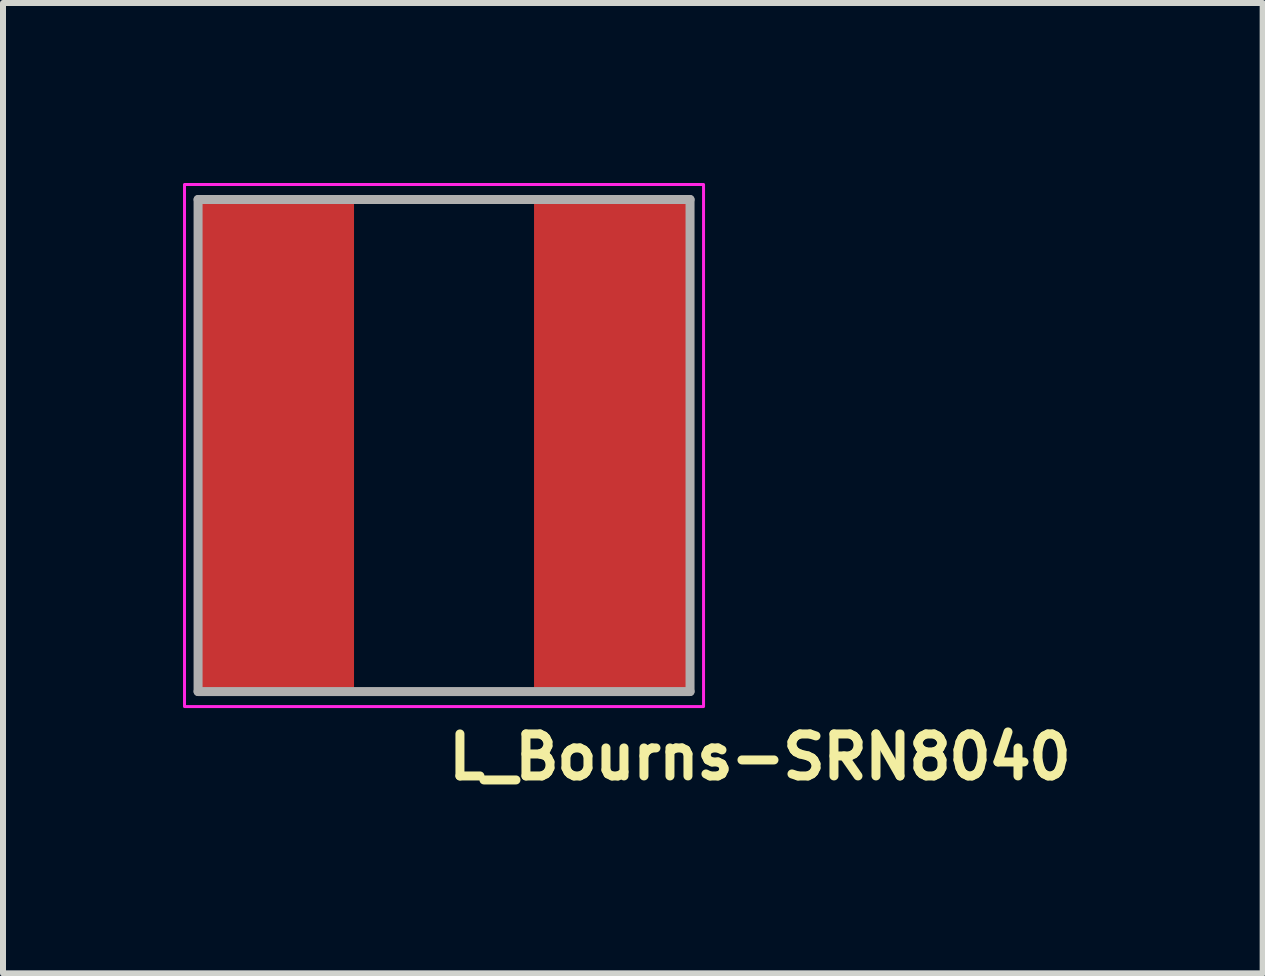
<source format=kicad_pcb>
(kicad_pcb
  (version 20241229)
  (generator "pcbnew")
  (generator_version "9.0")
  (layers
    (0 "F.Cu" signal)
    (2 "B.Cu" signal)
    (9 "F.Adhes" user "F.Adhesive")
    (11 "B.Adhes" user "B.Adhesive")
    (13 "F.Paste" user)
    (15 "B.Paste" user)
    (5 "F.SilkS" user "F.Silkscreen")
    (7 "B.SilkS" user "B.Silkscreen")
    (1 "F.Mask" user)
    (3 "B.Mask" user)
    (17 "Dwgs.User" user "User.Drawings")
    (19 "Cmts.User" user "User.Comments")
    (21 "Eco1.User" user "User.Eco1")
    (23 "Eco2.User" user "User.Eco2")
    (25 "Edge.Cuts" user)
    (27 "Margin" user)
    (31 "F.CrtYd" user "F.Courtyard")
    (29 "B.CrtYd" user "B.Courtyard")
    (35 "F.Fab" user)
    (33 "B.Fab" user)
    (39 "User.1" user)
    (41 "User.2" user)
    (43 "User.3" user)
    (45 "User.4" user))
  (footprint "L_Bourns-SRN8040"
    (layer "F.Cu")
    (at 4.35 4.375)
    (property "Reference" "L_Bourns-SRN8040" (at 0 5.6 0) (layer "F.SilkS") (effects (font (size 0.7 0.7) (thickness 0.15)) (justify left bottom)))
    (attr smd)
    (fp_line (start -1.3 -4.1) (end 1.3 -4.1) (stroke (width 0.12) (type solid)) (layer "F.SilkS"))
    (fp_line (start -1.3 4.1) (end 1.3 4.1) (stroke (width 0.12) (type solid)) (layer "F.SilkS"))
    (fp_rect (start -4.325 -4.35) (end 4.325 4.35) (stroke (width 0.05) (type solid)) (fill no) (layer "F.CrtYd"))
    (fp_line (start -4.099 -4.1) (end 4.1 -4.1) (stroke (width 0.15) (type solid)) (layer "F.Fab"))
    (fp_line (start -4.099 4.1) (end -4.099 -4.1) (stroke (width 0.15) (type solid)) (layer "F.Fab"))
    (fp_line (start 4.1 -4.1) (end 4.1 4.1) (stroke (width 0.15) (type solid)) (layer "F.Fab"))
    (fp_line (start 4.1 4.1) (end -4.099 4.1) (stroke (width 0.15) (type solid)) (layer "F.Fab"))
    (fp_rect (start -4 -4) (end 4 4) (stroke (width 0.1) (type solid)) (fill no) (layer "User.5"))
    (fp_line (start -4 -3.1) (end -4 3.1) (stroke (width 0.02) (type solid)) (layer "User.9"))
    (fp_line (start -4 3.1) (end -3.999 3.102) (stroke (width 0.02) (type solid)) (layer "User.9"))
    (fp_line (start -3.999 -3.109) (end -3.999 -3.107) (stroke (width 0.02) (type solid)) (layer "User.9"))
    (fp_line (start -3.999 -3.107) (end -3.999 -3.104) (stroke (width 0.02) (type solid)) (layer "User.9"))
    (fp_line (start -3.999 -3.104) (end -3.999 -3.102) (stroke (width 0.02) (type solid)) (layer "User.9"))
    (fp_line (start -3.999 -3.102) (end -4 -3.1) (stroke (width 0.02) (type solid)) (layer "User.9"))
    (fp_line (start -3.999 3.102) (end -3.999 3.104) (stroke (width 0.02) (type solid)) (layer "User.9"))
    (fp_line (start -3.999 3.104) (end -3.999 3.107) (stroke (width 0.02) (type solid)) (layer "User.9"))
    (fp_line (start -3.999 3.107) (end -3.999 3.109) (stroke (width 0.02) (type solid)) (layer "User.9"))
    (fp_line (start -3.999 3.109) (end -3.998 3.112) (stroke (width 0.02) (type solid)) (layer "User.9"))
    (fp_line (start -3.998 -3.112) (end -3.999 -3.109) (stroke (width 0.02) (type solid)) (layer "User.9"))
    (fp_line (start -3.998 3.112) (end -3.997 3.114) (stroke (width 0.02) (type solid)) (layer "User.9"))
    (fp_line (start -3.997 -3.116) (end -3.997 -3.114) (stroke (width 0.02) (type solid)) (layer "User.9"))
    (fp_line (start -3.997 -3.114) (end -3.998 -3.112) (stroke (width 0.02) (type solid)) (layer "User.9"))
    (fp_line (start -3.997 3.114) (end -3.997 3.116) (stroke (width 0.02) (type solid)) (layer "User.9"))
    (fp_line (start -3.997 3.116) (end -3.996 3.119) (stroke (width 0.02) (type solid)) (layer "User.9"))
    (fp_line (start -3.996 -3.119) (end -3.997 -3.116) (stroke (width 0.02) (type solid)) (layer "User.9"))
    (fp_line (start -3.996 3.119) (end -3.995 3.121) (stroke (width 0.02) (type solid)) (layer "User.9"))
    (fp_line (start -3.995 -3.121) (end -3.996 -3.119) (stroke (width 0.02) (type solid)) (layer "User.9"))
    (fp_line (start -3.995 3.121) (end -3.994 3.123) (stroke (width 0.02) (type solid)) (layer "User.9"))
    (fp_line (start -3.994 -3.123) (end -3.995 -3.121) (stroke (width 0.02) (type solid)) (layer "User.9"))
    (fp_line (start -3.994 3.123) (end -3.992 3.125) (stroke (width 0.02) (type solid)) (layer "User.9"))
    (fp_line (start -3.992 -3.125) (end -3.994 -3.123) (stroke (width 0.02) (type solid)) (layer "User.9"))
    (fp_line (start -3.992 3.125) (end -3.991 3.127) (stroke (width 0.02) (type solid)) (layer "User.9"))
    (fp_line (start -3.991 -3.127) (end -3.992 -3.125) (stroke (width 0.02) (type solid)) (layer "User.9"))
    (fp_line (start -3.991 3.127) (end -3.99 3.129) (stroke (width 0.02) (type solid)) (layer "User.9"))
    (fp_line (start -3.99 -3.129) (end -3.991 -3.127) (stroke (width 0.02) (type solid)) (layer "User.9"))
    (fp_line (start -3.99 3.129) (end -3.988 3.131) (stroke (width 0.02) (type solid)) (layer "User.9"))
    (fp_line (start -3.988 -3.131) (end -3.99 -3.129) (stroke (width 0.02) (type solid)) (layer "User.9"))
    (fp_line (start -3.988 3.131) (end -3.987 3.133) (stroke (width 0.02) (type solid)) (layer "User.9"))
    (fp_line (start -3.987 -3.133) (end -3.988 -3.131) (stroke (width 0.02) (type solid)) (layer "User.9"))
    (fp_line (start -3.987 3.133) (end -3.985 3.135) (stroke (width 0.02) (type solid)) (layer "User.9"))
    (fp_line (start -3.985 -3.135) (end -3.987 -3.133) (stroke (width 0.02) (type solid)) (layer "User.9"))
    (fp_line (start -3.985 -3.135) (end -3.985 -3.135) (stroke (width 0.02) (type solid)) (layer "User.9"))
    (fp_line (start -3.985 3.135) (end -3.985 3.135) (stroke (width 0.02) (type solid)) (layer "User.9"))
    (fp_line (start -3.985 3.135) (end -3.983 3.137) (stroke (width 0.02) (type solid)) (layer "User.9"))
    (fp_line (start -3.983 -3.137) (end -3.985 -3.135) (stroke (width 0.02) (type solid)) (layer "User.9"))
    (fp_line (start -3.983 3.137) (end -3.981 3.138) (stroke (width 0.02) (type solid)) (layer "User.9"))
    (fp_line (start -3.981 -3.138) (end -3.983 -3.137) (stroke (width 0.02) (type solid)) (layer "User.9"))
    (fp_line (start -3.981 3.138) (end -3.979 3.14) (stroke (width 0.02) (type solid)) (layer "User.9"))
    (fp_line (start -3.979 -3.14) (end -3.981 -3.138) (stroke (width 0.02) (type solid)) (layer "User.9"))
    (fp_line (start -3.979 3.14) (end -3.977 3.141) (stroke (width 0.02) (type solid)) (layer "User.9"))
    (fp_line (start -3.977 -3.141) (end -3.979 -3.14) (stroke (width 0.02) (type solid)) (layer "User.9"))
    (fp_line (start -3.977 3.141) (end -3.975 3.142) (stroke (width 0.02) (type solid)) (layer "User.9"))
    (fp_line (start -3.975 -3.142) (end -3.977 -3.141) (stroke (width 0.02) (type solid)) (layer "User.9"))
    (fp_line (start -3.975 3.142) (end -3.973 3.144) (stroke (width 0.02) (type solid)) (layer "User.9"))
    (fp_line (start -3.973 -3.144) (end -3.975 -3.142) (stroke (width 0.02) (type solid)) (layer "User.9"))
    (fp_line (start -3.973 3.144) (end -3.971 3.145) (stroke (width 0.02) (type solid)) (layer "User.9"))
    (fp_line (start -3.971 -3.145) (end -3.973 -3.144) (stroke (width 0.02) (type solid)) (layer "User.9"))
    (fp_line (start -3.971 3.145) (end -3.969 3.146) (stroke (width 0.02) (type solid)) (layer "User.9"))
    (fp_line (start -3.969 -3.146) (end -3.971 -3.145) (stroke (width 0.02) (type solid)) (layer "User.9"))
    (fp_line (start -3.969 3.146) (end -3.966 3.147) (stroke (width 0.02) (type solid)) (layer "User.9"))
    (fp_line (start -3.966 -3.147) (end -3.969 -3.146) (stroke (width 0.02) (type solid)) (layer "User.9"))
    (fp_line (start -3.966 3.147) (end -3.964 3.147) (stroke (width 0.02) (type solid)) (layer "User.9"))
    (fp_line (start -3.964 -3.147) (end -3.966 -3.147) (stroke (width 0.02) (type solid)) (layer "User.9"))
    (fp_line (start -3.964 3.147) (end -3.962 3.148) (stroke (width 0.02) (type solid)) (layer "User.9"))
    (fp_line (start -3.962 -3.148) (end -3.964 -3.147) (stroke (width 0.02) (type solid)) (layer "User.9"))
    (fp_line (start -3.962 3.148) (end -3.959 3.149) (stroke (width 0.02) (type solid)) (layer "User.9"))
    (fp_line (start -3.959 -3.149) (end -3.962 -3.148) (stroke (width 0.02) (type solid)) (layer "User.9"))
    (fp_line (start -3.959 3.149) (end -3.957 3.149) (stroke (width 0.02) (type solid)) (layer "User.9"))
    (fp_line (start -3.957 -3.149) (end -3.959 -3.149) (stroke (width 0.02) (type solid)) (layer "User.9"))
    (fp_line (start -3.957 3.149) (end -3.954 3.149) (stroke (width 0.02) (type solid)) (layer "User.9"))
    (fp_line (start -3.954 -3.149) (end -3.957 -3.149) (stroke (width 0.02) (type solid)) (layer "User.9"))
    (fp_line (start -3.954 3.149) (end -3.952 3.149) (stroke (width 0.02) (type solid)) (layer "User.9"))
    (fp_line (start -3.952 -3.149) (end -3.954 -3.149) (stroke (width 0.02) (type solid)) (layer "User.9"))
    (fp_line (start -3.952 3.149) (end -3.95 3.15) (stroke (width 0.02) (type solid)) (layer "User.9"))
    (fp_line (start -3.95 -3.15) (end -3.952 -3.149) (stroke (width 0.02) (type solid)) (layer "User.9"))
    (fp_line (start -3.95 -3.15) (end -3.54 -3.15) (stroke (width 0.02) (type solid)) (layer "User.9"))
    (fp_line (start -3.95 3.15) (end -3.48 3.15) (stroke (width 0.02) (type solid)) (layer "User.9"))
    (fp_line (start -3.569 3.15) (end -3.48 3.15) (stroke (width 0.02) (type solid)) (layer "User.9"))
    (fp_line (start -3.54 3.15) (end -3.95 3.15) (stroke (width 0.02) (type solid)) (layer "User.9"))
    (fp_line (start -3.529 -3.109) (end -3.528 -3.112) (stroke (width 0.02) (type solid)) (layer "User.9"))
    (fp_line (start -3.529 -3.107) (end -3.529 -3.109) (stroke (width 0.02) (type solid)) (layer "User.9"))
    (fp_line (start -3.529 -3.104) (end -3.529 -3.107) (stroke (width 0.02) (type solid)) (layer "User.9"))
    (fp_line (start -3.529 -3.102) (end -3.529 -3.104) (stroke (width 0.02) (type solid)) (layer "User.9"))
    (fp_line (start -3.529 -3.1) (end -3.529 -3.102) (stroke (width 0.02) (type solid)) (layer "User.9"))
    (fp_line (start -3.529 -3.1) (end -3.529 3.1) (stroke (width 0.02) (type solid)) (layer "User.9"))
    (fp_line (start -3.529 3.102) (end -3.529 3.1) (stroke (width 0.02) (type solid)) (layer "User.9"))
    (fp_line (start -3.529 3.104) (end -3.529 3.102) (stroke (width 0.02) (type solid)) (layer "User.9"))
    (fp_line (start -3.529 3.107) (end -3.529 3.104) (stroke (width 0.02) (type solid)) (layer "User.9"))
    (fp_line (start -3.529 3.109) (end -3.529 3.107) (stroke (width 0.02) (type solid)) (layer "User.9"))
    (fp_line (start -3.528 -3.112) (end -3.527 -3.114) (stroke (width 0.02) (type solid)) (layer "User.9"))
    (fp_line (start -3.528 3.112) (end -3.529 3.109) (stroke (width 0.02) (type solid)) (layer "User.9"))
    (fp_line (start -3.527 -3.116) (end -3.526 -3.119) (stroke (width 0.02) (type solid)) (layer "User.9"))
    (fp_line (start -3.527 -3.114) (end -3.527 -3.116) (stroke (width 0.02) (type solid)) (layer "User.9"))
    (fp_line (start -3.527 3.114) (end -3.528 3.112) (stroke (width 0.02) (type solid)) (layer "User.9"))
    (fp_line (start -3.527 3.116) (end -3.527 3.114) (stroke (width 0.02) (type solid)) (layer "User.9"))
    (fp_line (start -3.526 -3.119) (end -3.525 -3.121) (stroke (width 0.02) (type solid)) (layer "User.9"))
    (fp_line (start -3.526 3.119) (end -3.527 3.116) (stroke (width 0.02) (type solid)) (layer "User.9"))
    (fp_line (start -3.525 -3.121) (end -3.524 -3.123) (stroke (width 0.02) (type solid)) (layer "User.9"))
    (fp_line (start -3.525 3.121) (end -3.526 3.119) (stroke (width 0.02) (type solid)) (layer "User.9"))
    (fp_line (start -3.524 -3.123) (end -3.522 -3.125) (stroke (width 0.02) (type solid)) (layer "User.9"))
    (fp_line (start -3.524 3.123) (end -3.525 3.121) (stroke (width 0.02) (type solid)) (layer "User.9"))
    (fp_line (start -3.522 -3.125) (end -3.521 -3.127) (stroke (width 0.02) (type solid)) (layer "User.9"))
    (fp_line (start -3.522 3.125) (end -3.524 3.123) (stroke (width 0.02) (type solid)) (layer "User.9"))
    (fp_line (start -3.521 -3.127) (end -3.52 -3.129) (stroke (width 0.02) (type solid)) (layer "User.9"))
    (fp_line (start -3.521 3.127) (end -3.522 3.125) (stroke (width 0.02) (type solid)) (layer "User.9"))
    (fp_line (start -3.52 -3.129) (end -3.518 -3.131) (stroke (width 0.02) (type solid)) (layer "User.9"))
    (fp_line (start -3.52 3.129) (end -3.521 3.127) (stroke (width 0.02) (type solid)) (layer "User.9"))
    (fp_line (start -3.518 -3.131) (end -3.517 -3.133) (stroke (width 0.02) (type solid)) (layer "User.9"))
    (fp_line (start -3.518 3.131) (end -3.52 3.129) (stroke (width 0.02) (type solid)) (layer "User.9"))
    (fp_line (start -3.517 -3.133) (end -3.515 -3.135) (stroke (width 0.02) (type solid)) (layer "User.9"))
    (fp_line (start -3.517 3.133) (end -3.518 3.131) (stroke (width 0.02) (type solid)) (layer "User.9"))
    (fp_line (start -3.515 -3.135) (end -3.515 -3.135) (stroke (width 0.02) (type solid)) (layer "User.9"))
    (fp_line (start -3.515 -3.135) (end -3.513 -3.137) (stroke (width 0.02) (type solid)) (layer "User.9"))
    (fp_line (start -3.515 3.135) (end -3.517 3.133) (stroke (width 0.02) (type solid)) (layer "User.9"))
    (fp_line (start -3.515 3.135) (end -3.515 3.135) (stroke (width 0.02) (type solid)) (layer "User.9"))
    (fp_line (start -3.513 -3.137) (end -3.511 -3.138) (stroke (width 0.02) (type solid)) (layer "User.9"))
    (fp_line (start -3.513 3.137) (end -3.515 3.135) (stroke (width 0.02) (type solid)) (layer "User.9"))
    (fp_line (start -3.511 -3.138) (end -3.509 -3.14) (stroke (width 0.02) (type solid)) (layer "User.9"))
    (fp_line (start -3.511 3.138) (end -3.513 3.137) (stroke (width 0.02) (type solid)) (layer "User.9"))
    (fp_line (start -3.509 -3.14) (end -3.507 -3.141) (stroke (width 0.02) (type solid)) (layer "User.9"))
    (fp_line (start -3.509 3.14) (end -3.511 3.138) (stroke (width 0.02) (type solid)) (layer "User.9"))
    (fp_line (start -3.507 -3.141) (end -3.505 -3.142) (stroke (width 0.02) (type solid)) (layer "User.9"))
    (fp_line (start -3.507 3.141) (end -3.509 3.14) (stroke (width 0.02) (type solid)) (layer "User.9"))
    (fp_line (start -3.505 -3.142) (end -3.503 -3.144) (stroke (width 0.02) (type solid)) (layer "User.9"))
    (fp_line (start -3.505 3.142) (end -3.507 3.141) (stroke (width 0.02) (type solid)) (layer "User.9"))
    (fp_line (start -3.503 -3.144) (end -3.501 -3.145) (stroke (width 0.02) (type solid)) (layer "User.9"))
    (fp_line (start -3.503 3.144) (end -3.505 3.142) (stroke (width 0.02) (type solid)) (layer "User.9"))
    (fp_line (start -3.501 -3.145) (end -3.499 -3.146) (stroke (width 0.02) (type solid)) (layer "User.9"))
    (fp_line (start -3.501 3.145) (end -3.503 3.144) (stroke (width 0.02) (type solid)) (layer "User.9"))
    (fp_line (start -3.499 -3.146) (end -3.496 -3.147) (stroke (width 0.02) (type solid)) (layer "User.9"))
    (fp_line (start -3.499 3.146) (end -3.501 3.145) (stroke (width 0.02) (type solid)) (layer "User.9"))
    (fp_line (start -3.496 -3.147) (end -3.494 -3.147) (stroke (width 0.02) (type solid)) (layer "User.9"))
    (fp_line (start -3.496 3.147) (end -3.499 3.146) (stroke (width 0.02) (type solid)) (layer "User.9"))
    (fp_line (start -3.494 -3.147) (end -3.492 -3.148) (stroke (width 0.02) (type solid)) (layer "User.9"))
    (fp_line (start -3.494 3.147) (end -3.496 3.147) (stroke (width 0.02) (type solid)) (layer "User.9"))
    (fp_line (start -3.492 -3.148) (end -3.489 -3.149) (stroke (width 0.02) (type solid)) (layer "User.9"))
    (fp_line (start -3.492 3.148) (end -3.494 3.147) (stroke (width 0.02) (type solid)) (layer "User.9"))
    (fp_line (start -3.489 -3.149) (end -3.487 -3.149) (stroke (width 0.02) (type solid)) (layer "User.9"))
    (fp_line (start -3.489 3.149) (end -3.492 3.148) (stroke (width 0.02) (type solid)) (layer "User.9"))
    (fp_line (start -3.487 -3.149) (end -3.484 -3.149) (stroke (width 0.02) (type solid)) (layer "User.9"))
    (fp_line (start -3.487 3.149) (end -3.489 3.149) (stroke (width 0.02) (type solid)) (layer "User.9"))
    (fp_line (start -3.484 -3.149) (end -3.482 -3.149) (stroke (width 0.02) (type solid)) (layer "User.9"))
    (fp_line (start -3.484 3.149) (end -3.487 3.149) (stroke (width 0.02) (type solid)) (layer "User.9"))
    (fp_line (start -3.482 -3.149) (end -3.48 -3.15) (stroke (width 0.02) (type solid)) (layer "User.9"))
    (fp_line (start -3.482 3.149) (end -3.484 3.149) (stroke (width 0.02) (type solid)) (layer "User.9"))
    (fp_line (start -3.48 -3.15) (end -3.95 -3.15) (stroke (width 0.02) (type solid)) (layer "User.9"))
    (fp_line (start -3.48 -3.15) (end -3.569 -3.15) (stroke (width 0.02) (type solid)) (layer "User.9"))
    (fp_line (start -3.48 3.15) (end -3.482 3.149) (stroke (width 0.02) (type solid)) (layer "User.9"))
    (fp_line (start -3.48 3.15) (end -2.52 3.15) (stroke (width 0.02) (type solid)) (layer "User.9"))
    (fp_line (start -2.52 -3.15) (end -3.48 -3.15) (stroke (width 0.02) (type solid)) (layer "User.9"))
    (fp_line (start -2.52 3.15) (end -1.684 3.985) (stroke (width 0.02) (type solid)) (layer "User.9"))
    (fp_line (start -2.499 -3.1) (end -2.52 -3.15) (stroke (width 0.02) (type solid)) (layer "User.9"))
    (fp_line (start -2.499 3.1) (end -2.52 3.15) (stroke (width 0.02) (type solid)) (layer "User.9"))
    (fp_line (start -1.684 -3.985) (end -2.52 -3.15) (stroke (width 0.02) (type solid)) (layer "User.9"))
    (fp_line (start -1.684 -3.985) (end -1.682 -3.987) (stroke (width 0.02) (type solid)) (layer "User.9"))
    (fp_line (start -1.682 -3.987) (end -1.68 -3.988) (stroke (width 0.02) (type solid)) (layer "User.9"))
    (fp_line (start -1.682 3.987) (end -1.684 3.985) (stroke (width 0.02) (type solid)) (layer "User.9"))
    (fp_line (start -1.68 -3.988) (end -1.679 -3.99) (stroke (width 0.02) (type solid)) (layer "User.9"))
    (fp_line (start -1.68 3.988) (end -1.682 3.987) (stroke (width 0.02) (type solid)) (layer "User.9"))
    (fp_line (start -1.679 -3.99) (end -1.677 -3.991) (stroke (width 0.02) (type solid)) (layer "User.9"))
    (fp_line (start -1.679 3.99) (end -1.68 3.988) (stroke (width 0.02) (type solid)) (layer "User.9"))
    (fp_line (start -1.677 -3.991) (end -1.674 -3.992) (stroke (width 0.02) (type solid)) (layer "User.9"))
    (fp_line (start -1.677 3.991) (end -1.679 3.99) (stroke (width 0.02) (type solid)) (layer "User.9"))
    (fp_line (start -1.674 -3.992) (end -1.672 -3.994) (stroke (width 0.02) (type solid)) (layer "User.9"))
    (fp_line (start -1.674 3.992) (end -1.677 3.991) (stroke (width 0.02) (type solid)) (layer "User.9"))
    (fp_line (start -1.672 -3.994) (end -1.67 -3.995) (stroke (width 0.02) (type solid)) (layer "User.9"))
    (fp_line (start -1.672 3.994) (end -1.674 3.992) (stroke (width 0.02) (type solid)) (layer "User.9"))
    (fp_line (start -1.67 -3.995) (end -1.668 -3.996) (stroke (width 0.02) (type solid)) (layer "User.9"))
    (fp_line (start -1.67 3.995) (end -1.672 3.994) (stroke (width 0.02) (type solid)) (layer "User.9"))
    (fp_line (start -1.668 -3.996) (end -1.666 -3.997) (stroke (width 0.02) (type solid)) (layer "User.9"))
    (fp_line (start -1.668 3.996) (end -1.67 3.995) (stroke (width 0.02) (type solid)) (layer "User.9"))
    (fp_line (start -1.666 -3.997) (end -1.663 -3.997) (stroke (width 0.02) (type solid)) (layer "User.9"))
    (fp_line (start -1.666 3.997) (end -1.668 3.996) (stroke (width 0.02) (type solid)) (layer "User.9"))
    (fp_line (start -1.663 -3.997) (end -1.661 -3.998) (stroke (width 0.02) (type solid)) (layer "User.9"))
    (fp_line (start -1.663 3.997) (end -1.666 3.997) (stroke (width 0.02) (type solid)) (layer "User.9"))
    (fp_line (start -1.661 -3.998) (end -1.659 -3.999) (stroke (width 0.02) (type solid)) (layer "User.9"))
    (fp_line (start -1.661 3.998) (end -1.663 3.997) (stroke (width 0.02) (type solid)) (layer "User.9"))
    (fp_line (start -1.659 -3.999) (end -1.656 -3.999) (stroke (width 0.02) (type solid)) (layer "User.9"))
    (fp_line (start -1.659 3.999) (end -1.661 3.998) (stroke (width 0.02) (type solid)) (layer "User.9"))
    (fp_line (start -1.656 -3.999) (end -1.654 -3.999) (stroke (width 0.02) (type solid)) (layer "User.9"))
    (fp_line (start -1.656 3.999) (end -1.659 3.999) (stroke (width 0.02) (type solid)) (layer "User.9"))
    (fp_line (start -1.654 -3.999) (end -1.651 -3.999) (stroke (width 0.02) (type solid)) (layer "User.9"))
    (fp_line (start -1.654 3.999) (end -1.656 3.999) (stroke (width 0.02) (type solid)) (layer "User.9"))
    (fp_line (start -1.651 -3.999) (end -1.649 -4) (stroke (width 0.02) (type solid)) (layer "User.9"))
    (fp_line (start -1.651 3.999) (end -1.654 3.999) (stroke (width 0.02) (type solid)) (layer "User.9"))
    (fp_line (start -1.649 -3.95) (end -1.684 -3.985) (stroke (width 0.02) (type solid)) (layer "User.9"))
    (fp_line (start -1.649 3.95) (end -1.649 4) (stroke (width 0.02) (type solid)) (layer "User.9"))
    (fp_line (start -1.649 4) (end -1.651 3.999) (stroke (width 0.02) (type solid)) (layer "User.9"))
    (fp_line (start -1.649 4) (end 1.649 4) (stroke (width 0.02) (type solid)) (layer "User.9"))
    (fp_line (start 1.649 -4) (end -1.649 -4) (stroke (width 0.02) (type solid)) (layer "User.9"))
    (fp_line (start 1.649 -4) (end 1.651 -3.999) (stroke (width 0.02) (type solid)) (layer "User.9"))
    (fp_line (start 1.649 -3.95) (end 1.649 -4) (stroke (width 0.02) (type solid)) (layer "User.9"))
    (fp_line (start 1.649 3.95) (end 1.684 3.985) (stroke (width 0.02) (type solid)) (layer "User.9"))
    (fp_line (start 1.651 -3.999) (end 1.654 -3.999) (stroke (width 0.02) (type solid)) (layer "User.9"))
    (fp_line (start 1.651 3.999) (end 1.649 4) (stroke (width 0.02) (type solid)) (layer "User.9"))
    (fp_line (start 1.654 -3.999) (end 1.656 -3.999) (stroke (width 0.02) (type solid)) (layer "User.9"))
    (fp_line (start 1.654 3.999) (end 1.651 3.999) (stroke (width 0.02) (type solid)) (layer "User.9"))
    (fp_line (start 1.656 -3.999) (end 1.659 -3.999) (stroke (width 0.02) (type solid)) (layer "User.9"))
    (fp_line (start 1.656 3.999) (end 1.654 3.999) (stroke (width 0.02) (type solid)) (layer "User.9"))
    (fp_line (start 1.659 -3.999) (end 1.661 -3.998) (stroke (width 0.02) (type solid)) (layer "User.9"))
    (fp_line (start 1.659 3.999) (end 1.656 3.999) (stroke (width 0.02) (type solid)) (layer "User.9"))
    (fp_line (start 1.661 -3.998) (end 1.663 -3.997) (stroke (width 0.02) (type solid)) (layer "User.9"))
    (fp_line (start 1.661 3.998) (end 1.659 3.999) (stroke (width 0.02) (type solid)) (layer "User.9"))
    (fp_line (start 1.663 -3.997) (end 1.666 -3.997) (stroke (width 0.02) (type solid)) (layer "User.9"))
    (fp_line (start 1.663 3.997) (end 1.661 3.998) (stroke (width 0.02) (type solid)) (layer "User.9"))
    (fp_line (start 1.666 -3.997) (end 1.668 -3.996) (stroke (width 0.02) (type solid)) (layer "User.9"))
    (fp_line (start 1.666 3.997) (end 1.663 3.997) (stroke (width 0.02) (type solid)) (layer "User.9"))
    (fp_line (start 1.668 -3.996) (end 1.67 -3.995) (stroke (width 0.02) (type solid)) (layer "User.9"))
    (fp_line (start 1.668 3.996) (end 1.666 3.997) (stroke (width 0.02) (type solid)) (layer "User.9"))
    (fp_line (start 1.67 -3.995) (end 1.672 -3.994) (stroke (width 0.02) (type solid)) (layer "User.9"))
    (fp_line (start 1.67 3.995) (end 1.668 3.996) (stroke (width 0.02) (type solid)) (layer "User.9"))
    (fp_line (start 1.672 -3.994) (end 1.674 -3.992) (stroke (width 0.02) (type solid)) (layer "User.9"))
    (fp_line (start 1.672 3.994) (end 1.67 3.995) (stroke (width 0.02) (type solid)) (layer "User.9"))
    (fp_line (start 1.674 -3.992) (end 1.677 -3.991) (stroke (width 0.02) (type solid)) (layer "User.9"))
    (fp_line (start 1.674 3.992) (end 1.672 3.994) (stroke (width 0.02) (type solid)) (layer "User.9"))
    (fp_line (start 1.677 -3.991) (end 1.679 -3.99) (stroke (width 0.02) (type solid)) (layer "User.9"))
    (fp_line (start 1.677 3.991) (end 1.674 3.992) (stroke (width 0.02) (type solid)) (layer "User.9"))
    (fp_line (start 1.679 -3.99) (end 1.68 -3.988) (stroke (width 0.02) (type solid)) (layer "User.9"))
    (fp_line (start 1.679 3.99) (end 1.677 3.991) (stroke (width 0.02) (type solid)) (layer "User.9"))
    (fp_line (start 1.68 -3.988) (end 1.682 -3.987) (stroke (width 0.02) (type solid)) (layer "User.9"))
    (fp_line (start 1.68 3.988) (end 1.679 3.99) (stroke (width 0.02) (type solid)) (layer "User.9"))
    (fp_line (start 1.682 -3.987) (end 1.684 -3.985) (stroke (width 0.02) (type solid)) (layer "User.9"))
    (fp_line (start 1.682 3.987) (end 1.68 3.988) (stroke (width 0.02) (type solid)) (layer "User.9"))
    (fp_line (start 1.684 3.985) (end 1.682 3.987) (stroke (width 0.02) (type solid)) (layer "User.9"))
    (fp_line (start 1.684 3.985) (end 2.52 3.15) (stroke (width 0.02) (type solid)) (layer "User.9"))
    (fp_line (start 2.499 -3.1) (end 2.52 -3.15) (stroke (width 0.02) (type solid)) (layer "User.9"))
    (fp_line (start 2.499 3.1) (end 2.52 3.15) (stroke (width 0.02) (type solid)) (layer "User.9"))
    (fp_line (start 2.52 -3.15) (end 1.684 -3.985) (stroke (width 0.02) (type solid)) (layer "User.9"))
    (fp_line (start 2.52 3.15) (end 3.48 3.15) (stroke (width 0.02) (type solid)) (layer "User.9"))
    (fp_line (start 3.48 -3.15) (end 2.52 -3.15) (stroke (width 0.02) (type solid)) (layer "User.9"))
    (fp_line (start 3.48 -3.15) (end 3.482 -3.149) (stroke (width 0.02) (type solid)) (layer "User.9"))
    (fp_line (start 3.48 -3.15) (end 3.569 -3.15) (stroke (width 0.02) (type solid)) (layer "User.9"))
    (fp_line (start 3.48 3.15) (end 3.569 3.15) (stroke (width 0.02) (type solid)) (layer "User.9"))
    (fp_line (start 3.48 3.15) (end 3.95 3.15) (stroke (width 0.02) (type solid)) (layer "User.9"))
    (fp_line (start 3.482 -3.149) (end 3.484 -3.149) (stroke (width 0.02) (type solid)) (layer "User.9"))
    (fp_line (start 3.482 3.149) (end 3.48 3.15) (stroke (width 0.02) (type solid)) (layer "User.9"))
    (fp_line (start 3.484 -3.149) (end 3.487 -3.149) (stroke (width 0.02) (type solid)) (layer "User.9"))
    (fp_line (start 3.484 3.149) (end 3.482 3.149) (stroke (width 0.02) (type solid)) (layer "User.9"))
    (fp_line (start 3.487 -3.149) (end 3.489 -3.149) (stroke (width 0.02) (type solid)) (layer "User.9"))
    (fp_line (start 3.487 3.149) (end 3.484 3.149) (stroke (width 0.02) (type solid)) (layer "User.9"))
    (fp_line (start 3.489 -3.149) (end 3.492 -3.148) (stroke (width 0.02) (type solid)) (layer "User.9"))
    (fp_line (start 3.489 3.149) (end 3.487 3.149) (stroke (width 0.02) (type solid)) (layer "User.9"))
    (fp_line (start 3.492 -3.148) (end 3.494 -3.147) (stroke (width 0.02) (type solid)) (layer "User.9"))
    (fp_line (start 3.492 3.148) (end 3.489 3.149) (stroke (width 0.02) (type solid)) (layer "User.9"))
    (fp_line (start 3.494 -3.147) (end 3.496 -3.147) (stroke (width 0.02) (type solid)) (layer "User.9"))
    (fp_line (start 3.494 3.147) (end 3.492 3.148) (stroke (width 0.02) (type solid)) (layer "User.9"))
    (fp_line (start 3.496 -3.147) (end 3.499 -3.146) (stroke (width 0.02) (type solid)) (layer "User.9"))
    (fp_line (start 3.496 3.147) (end 3.494 3.147) (stroke (width 0.02) (type solid)) (layer "User.9"))
    (fp_line (start 3.499 -3.146) (end 3.501 -3.145) (stroke (width 0.02) (type solid)) (layer "User.9"))
    (fp_line (start 3.499 3.146) (end 3.496 3.147) (stroke (width 0.02) (type solid)) (layer "User.9"))
    (fp_line (start 3.501 -3.145) (end 3.503 -3.144) (stroke (width 0.02) (type solid)) (layer "User.9"))
    (fp_line (start 3.501 3.145) (end 3.499 3.146) (stroke (width 0.02) (type solid)) (layer "User.9"))
    (fp_line (start 3.503 -3.144) (end 3.505 -3.142) (stroke (width 0.02) (type solid)) (layer "User.9"))
    (fp_line (start 3.503 3.144) (end 3.501 3.145) (stroke (width 0.02) (type solid)) (layer "User.9"))
    (fp_line (start 3.505 -3.142) (end 3.507 -3.141) (stroke (width 0.02) (type solid)) (layer "User.9"))
    (fp_line (start 3.505 3.142) (end 3.503 3.144) (stroke (width 0.02) (type solid)) (layer "User.9"))
    (fp_line (start 3.507 -3.141) (end 3.509 -3.14) (stroke (width 0.02) (type solid)) (layer "User.9"))
    (fp_line (start 3.507 3.141) (end 3.505 3.142) (stroke (width 0.02) (type solid)) (layer "User.9"))
    (fp_line (start 3.509 -3.14) (end 3.511 -3.138) (stroke (width 0.02) (type solid)) (layer "User.9"))
    (fp_line (start 3.509 3.14) (end 3.507 3.141) (stroke (width 0.02) (type solid)) (layer "User.9"))
    (fp_line (start 3.511 -3.138) (end 3.513 -3.137) (stroke (width 0.02) (type solid)) (layer "User.9"))
    (fp_line (start 3.511 3.138) (end 3.509 3.14) (stroke (width 0.02) (type solid)) (layer "User.9"))
    (fp_line (start 3.513 -3.137) (end 3.515 -3.135) (stroke (width 0.02) (type solid)) (layer "User.9"))
    (fp_line (start 3.513 3.137) (end 3.511 3.138) (stroke (width 0.02) (type solid)) (layer "User.9"))
    (fp_line (start 3.515 -3.135) (end 3.515 -3.135) (stroke (width 0.02) (type solid)) (layer "User.9"))
    (fp_line (start 3.515 -3.135) (end 3.517 -3.133) (stroke (width 0.02) (type solid)) (layer "User.9"))
    (fp_line (start 3.515 3.135) (end 3.513 3.137) (stroke (width 0.02) (type solid)) (layer "User.9"))
    (fp_line (start 3.515 3.135) (end 3.515 3.135) (stroke (width 0.02) (type solid)) (layer "User.9"))
    (fp_line (start 3.517 -3.133) (end 3.518 -3.131) (stroke (width 0.02) (type solid)) (layer "User.9"))
    (fp_line (start 3.517 3.133) (end 3.515 3.135) (stroke (width 0.02) (type solid)) (layer "User.9"))
    (fp_line (start 3.518 -3.131) (end 3.52 -3.129) (stroke (width 0.02) (type solid)) (layer "User.9"))
    (fp_line (start 3.518 3.131) (end 3.517 3.133) (stroke (width 0.02) (type solid)) (layer "User.9"))
    (fp_line (start 3.52 -3.129) (end 3.521 -3.127) (stroke (width 0.02) (type solid)) (layer "User.9"))
    (fp_line (start 3.52 3.129) (end 3.518 3.131) (stroke (width 0.02) (type solid)) (layer "User.9"))
    (fp_line (start 3.521 -3.127) (end 3.522 -3.125) (stroke (width 0.02) (type solid)) (layer "User.9"))
    (fp_line (start 3.521 3.127) (end 3.52 3.129) (stroke (width 0.02) (type solid)) (layer "User.9"))
    (fp_line (start 3.522 -3.125) (end 3.524 -3.123) (stroke (width 0.02) (type solid)) (layer "User.9"))
    (fp_line (start 3.522 3.125) (end 3.521 3.127) (stroke (width 0.02) (type solid)) (layer "User.9"))
    (fp_line (start 3.524 -3.123) (end 3.525 -3.121) (stroke (width 0.02) (type solid)) (layer "User.9"))
    (fp_line (start 3.524 3.123) (end 3.522 3.125) (stroke (width 0.02) (type solid)) (layer "User.9"))
    (fp_line (start 3.525 -3.121) (end 3.526 -3.119) (stroke (width 0.02) (type solid)) (layer "User.9"))
    (fp_line (start 3.525 3.121) (end 3.524 3.123) (stroke (width 0.02) (type solid)) (layer "User.9"))
    (fp_line (start 3.526 -3.119) (end 3.527 -3.116) (stroke (width 0.02) (type solid)) (layer "User.9"))
    (fp_line (start 3.526 3.119) (end 3.525 3.121) (stroke (width 0.02) (type solid)) (layer "User.9"))
    (fp_line (start 3.527 -3.116) (end 3.527 -3.114) (stroke (width 0.02) (type solid)) (layer "User.9"))
    (fp_line (start 3.527 -3.114) (end 3.528 -3.112) (stroke (width 0.02) (type solid)) (layer "User.9"))
    (fp_line (start 3.527 3.114) (end 3.527 3.116) (stroke (width 0.02) (type solid)) (layer "User.9"))
    (fp_line (start 3.527 3.116) (end 3.526 3.119) (stroke (width 0.02) (type solid)) (layer "User.9"))
    (fp_line (start 3.528 -3.112) (end 3.529 -3.109) (stroke (width 0.02) (type solid)) (layer "User.9"))
    (fp_line (start 3.528 3.112) (end 3.527 3.114) (stroke (width 0.02) (type solid)) (layer "User.9"))
    (fp_line (start 3.529 -3.109) (end 3.529 -3.107) (stroke (width 0.02) (type solid)) (layer "User.9"))
    (fp_line (start 3.529 -3.107) (end 3.529 -3.104) (stroke (width 0.02) (type solid)) (layer "User.9"))
    (fp_line (start 3.529 -3.104) (end 3.529 -3.102) (stroke (width 0.02) (type solid)) (layer "User.9"))
    (fp_line (start 3.529 -3.102) (end 3.529 -3.1) (stroke (width 0.02) (type solid)) (layer "User.9"))
    (fp_line (start 3.529 3.1) (end 3.529 -3.1) (stroke (width 0.02) (type solid)) (layer "User.9"))
    (fp_line (start 3.529 3.1) (end 3.529 3.102) (stroke (width 0.02) (type solid)) (layer "User.9"))
    (fp_line (start 3.529 3.102) (end 3.529 3.104) (stroke (width 0.02) (type solid)) (layer "User.9"))
    (fp_line (start 3.529 3.104) (end 3.529 3.107) (stroke (width 0.02) (type solid)) (layer "User.9"))
    (fp_line (start 3.529 3.107) (end 3.529 3.109) (stroke (width 0.02) (type solid)) (layer "User.9"))
    (fp_line (start 3.529 3.109) (end 3.528 3.112) (stroke (width 0.02) (type solid)) (layer "User.9"))
    (fp_line (start 3.54 -3.15) (end 3.95 -3.15) (stroke (width 0.02) (type solid)) (layer "User.9"))
    (fp_line (start 3.95 -3.15) (end 3.48 -3.15) (stroke (width 0.02) (type solid)) (layer "User.9"))
    (fp_line (start 3.95 3.15) (end 3.54 3.15) (stroke (width 0.02) (type solid)) (layer "User.9"))
    (fp_line (start 3.95 3.15) (end 3.952 3.149) (stroke (width 0.02) (type solid)) (layer "User.9"))
    (fp_line (start 3.952 -3.149) (end 3.95 -3.15) (stroke (width 0.02) (type solid)) (layer "User.9"))
    (fp_line (start 3.952 3.149) (end 3.954 3.149) (stroke (width 0.02) (type solid)) (layer "User.9"))
    (fp_line (start 3.954 -3.149) (end 3.952 -3.149) (stroke (width 0.02) (type solid)) (layer "User.9"))
    (fp_line (start 3.954 3.149) (end 3.957 3.149) (stroke (width 0.02) (type solid)) (layer "User.9"))
    (fp_line (start 3.957 -3.149) (end 3.954 -3.149) (stroke (width 0.02) (type solid)) (layer "User.9"))
    (fp_line (start 3.957 3.149) (end 3.959 3.149) (stroke (width 0.02) (type solid)) (layer "User.9"))
    (fp_line (start 3.959 -3.149) (end 3.957 -3.149) (stroke (width 0.02) (type solid)) (layer "User.9"))
    (fp_line (start 3.959 3.149) (end 3.962 3.148) (stroke (width 0.02) (type solid)) (layer "User.9"))
    (fp_line (start 3.962 -3.148) (end 3.959 -3.149) (stroke (width 0.02) (type solid)) (layer "User.9"))
    (fp_line (start 3.962 3.148) (end 3.964 3.147) (stroke (width 0.02) (type solid)) (layer "User.9"))
    (fp_line (start 3.964 -3.147) (end 3.962 -3.148) (stroke (width 0.02) (type solid)) (layer "User.9"))
    (fp_line (start 3.964 3.147) (end 3.966 3.147) (stroke (width 0.02) (type solid)) (layer "User.9"))
    (fp_line (start 3.966 -3.147) (end 3.964 -3.147) (stroke (width 0.02) (type solid)) (layer "User.9"))
    (fp_line (start 3.966 3.147) (end 3.969 3.146) (stroke (width 0.02) (type solid)) (layer "User.9"))
    (fp_line (start 3.969 -3.146) (end 3.966 -3.147) (stroke (width 0.02) (type solid)) (layer "User.9"))
    (fp_line (start 3.969 3.146) (end 3.971 3.145) (stroke (width 0.02) (type solid)) (layer "User.9"))
    (fp_line (start 3.971 -3.145) (end 3.969 -3.146) (stroke (width 0.02) (type solid)) (layer "User.9"))
    (fp_line (start 3.971 3.145) (end 3.973 3.144) (stroke (width 0.02) (type solid)) (layer "User.9"))
    (fp_line (start 3.973 -3.144) (end 3.971 -3.145) (stroke (width 0.02) (type solid)) (layer "User.9"))
    (fp_line (start 3.973 3.144) (end 3.975 3.142) (stroke (width 0.02) (type solid)) (layer "User.9"))
    (fp_line (start 3.975 -3.142) (end 3.973 -3.144) (stroke (width 0.02) (type solid)) (layer "User.9"))
    (fp_line (start 3.975 3.142) (end 3.977 3.141) (stroke (width 0.02) (type solid)) (layer "User.9"))
    (fp_line (start 3.977 -3.141) (end 3.975 -3.142) (stroke (width 0.02) (type solid)) (layer "User.9"))
    (fp_line (start 3.977 3.141) (end 3.979 3.14) (stroke (width 0.02) (type solid)) (layer "User.9"))
    (fp_line (start 3.979 -3.14) (end 3.977 -3.141) (stroke (width 0.02) (type solid)) (layer "User.9"))
    (fp_line (start 3.979 3.14) (end 3.981 3.138) (stroke (width 0.02) (type solid)) (layer "User.9"))
    (fp_line (start 3.981 -3.138) (end 3.979 -3.14) (stroke (width 0.02) (type solid)) (layer "User.9"))
    (fp_line (start 3.981 3.138) (end 3.983 3.137) (stroke (width 0.02) (type solid)) (layer "User.9"))
    (fp_line (start 3.983 -3.137) (end 3.981 -3.138) (stroke (width 0.02) (type solid)) (layer "User.9"))
    (fp_line (start 3.983 3.137) (end 3.985 3.135) (stroke (width 0.02) (type solid)) (layer "User.9"))
    (fp_line (start 3.985 -3.135) (end 3.983 -3.137) (stroke (width 0.02) (type solid)) (layer "User.9"))
    (fp_line (start 3.985 -3.135) (end 3.985 -3.135) (stroke (width 0.02) (type solid)) (layer "User.9"))
    (fp_line (start 3.985 3.135) (end 3.985 3.135) (stroke (width 0.02) (type solid)) (layer "User.9"))
    (fp_line (start 3.985 3.135) (end 3.987 3.133) (stroke (width 0.02) (type solid)) (layer "User.9"))
    (fp_line (start 3.987 -3.133) (end 3.985 -3.135) (stroke (width 0.02) (type solid)) (layer "User.9"))
    (fp_line (start 3.987 3.133) (end 3.988 3.131) (stroke (width 0.02) (type solid)) (layer "User.9"))
    (fp_line (start 3.988 -3.131) (end 3.987 -3.133) (stroke (width 0.02) (type solid)) (layer "User.9"))
    (fp_line (start 3.988 3.131) (end 3.99 3.129) (stroke (width 0.02) (type solid)) (layer "User.9"))
    (fp_line (start 3.99 -3.129) (end 3.988 -3.131) (stroke (width 0.02) (type solid)) (layer "User.9"))
    (fp_line (start 3.99 3.129) (end 3.991 3.127) (stroke (width 0.02) (type solid)) (layer "User.9"))
    (fp_line (start 3.991 -3.127) (end 3.99 -3.129) (stroke (width 0.02) (type solid)) (layer "User.9"))
    (fp_line (start 3.991 3.127) (end 3.992 3.125) (stroke (width 0.02) (type solid)) (layer "User.9"))
    (fp_line (start 3.992 -3.125) (end 3.991 -3.127) (stroke (width 0.02) (type solid)) (layer "User.9"))
    (fp_line (start 3.992 3.125) (end 3.994 3.123) (stroke (width 0.02) (type solid)) (layer "User.9"))
    (fp_line (start 3.994 -3.123) (end 3.992 -3.125) (stroke (width 0.02) (type solid)) (layer "User.9"))
    (fp_line (start 3.994 3.123) (end 3.995 3.121) (stroke (width 0.02) (type solid)) (layer "User.9"))
    (fp_line (start 3.995 -3.121) (end 3.994 -3.123) (stroke (width 0.02) (type solid)) (layer "User.9"))
    (fp_line (start 3.995 3.121) (end 3.996 3.119) (stroke (width 0.02) (type solid)) (layer "User.9"))
    (fp_line (start 3.996 -3.119) (end 3.995 -3.121) (stroke (width 0.02) (type solid)) (layer "User.9"))
    (fp_line (start 3.996 3.119) (end 3.997 3.116) (stroke (width 0.02) (type solid)) (layer "User.9"))
    (fp_line (start 3.997 -3.116) (end 3.996 -3.119) (stroke (width 0.02) (type solid)) (layer "User.9"))
    (fp_line (start 3.997 -3.114) (end 3.997 -3.116) (stroke (width 0.02) (type solid)) (layer "User.9"))
    (fp_line (start 3.997 3.114) (end 3.998 3.112) (stroke (width 0.02) (type solid)) (layer "User.9"))
    (fp_line (start 3.997 3.116) (end 3.997 3.114) (stroke (width 0.02) (type solid)) (layer "User.9"))
    (fp_line (start 3.998 -3.112) (end 3.997 -3.114) (stroke (width 0.02) (type solid)) (layer "User.9"))
    (fp_line (start 3.998 3.112) (end 3.999 3.109) (stroke (width 0.02) (type solid)) (layer "User.9"))
    (fp_line (start 3.999 -3.109) (end 3.998 -3.112) (stroke (width 0.02) (type solid)) (layer "User.9"))
    (fp_line (start 3.999 -3.107) (end 3.999 -3.109) (stroke (width 0.02) (type solid)) (layer "User.9"))
    (fp_line (start 3.999 -3.104) (end 3.999 -3.107) (stroke (width 0.02) (type solid)) (layer "User.9"))
    (fp_line (start 3.999 -3.102) (end 3.999 -3.104) (stroke (width 0.02) (type solid)) (layer "User.9"))
    (fp_line (start 3.999 3.102) (end 4 3.1) (stroke (width 0.02) (type solid)) (layer "User.9"))
    (fp_line (start 3.999 3.104) (end 3.999 3.102) (stroke (width 0.02) (type solid)) (layer "User.9"))
    (fp_line (start 3.999 3.107) (end 3.999 3.104) (stroke (width 0.02) (type solid)) (layer "User.9"))
    (fp_line (start 3.999 3.109) (end 3.999 3.107) (stroke (width 0.02) (type solid)) (layer "User.9"))
    (fp_line (start 4 -3.1) (end 3.999 -3.102) (stroke (width 0.02) (type solid)) (layer "User.9"))
    (fp_line (start 4 3.1) (end 4 -3.1) (stroke (width 0.02) (type solid)) (layer "User.9"))
    (pad "1" smd rect (at -2.8 0) (size 2.6 8.2) (layers "F.Cu" "F.Mask" "F.Paste"))
    (pad "2" smd rect (at 2.8 0) (size 2.6 8.2) (layers "F.Cu" "F.Mask" "F.Paste")))
  (gr_rect
    (start -3 -3)
    (end 17.993 13.171)
    (stroke (width 0.1) (type default))
    (fill no)
    (layer "Edge.Cuts")))
</source>
